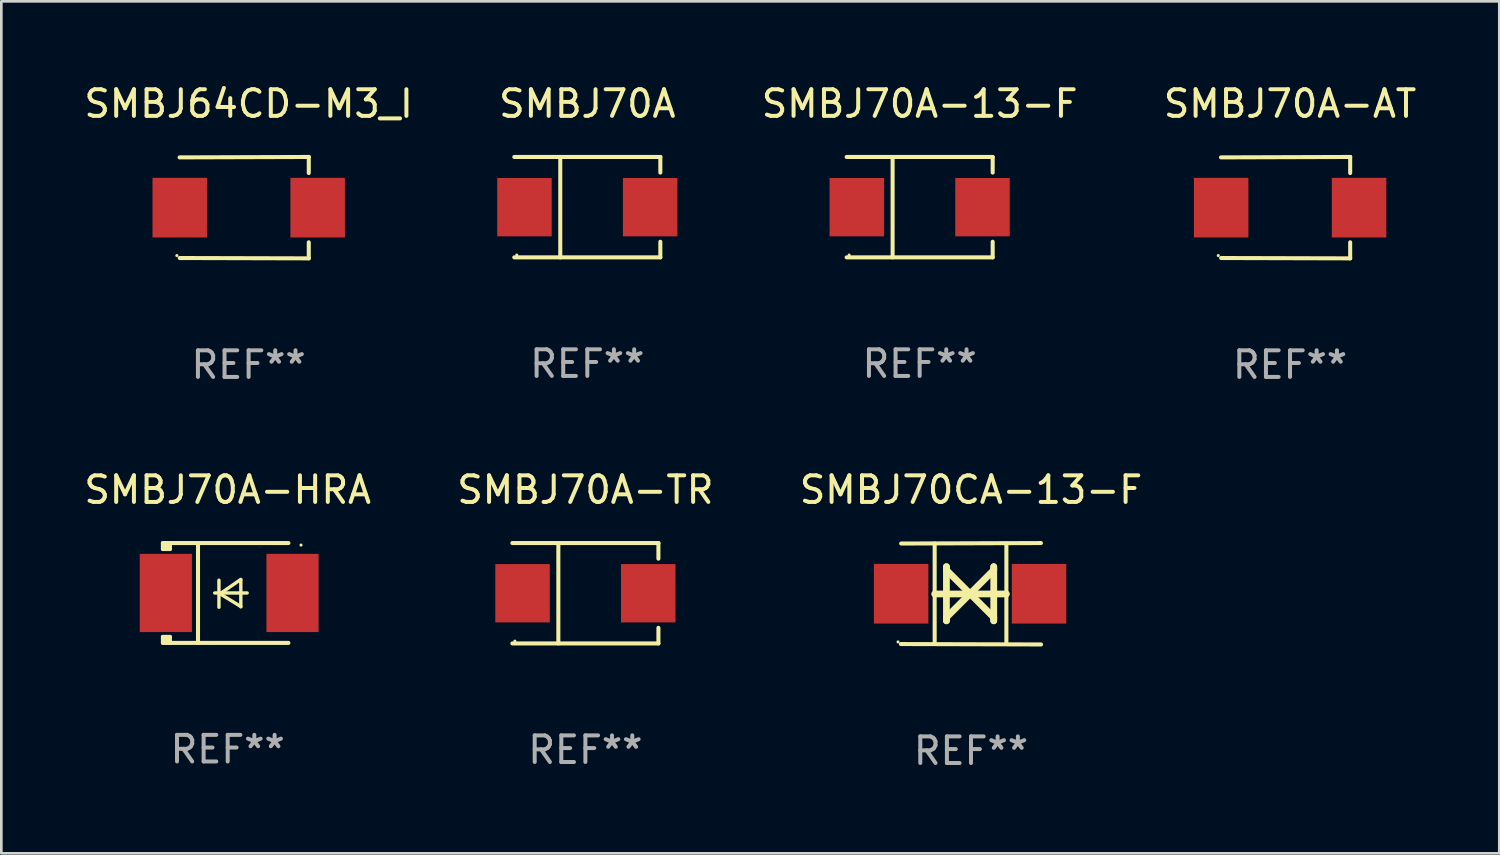
<source format=kicad_pcb>
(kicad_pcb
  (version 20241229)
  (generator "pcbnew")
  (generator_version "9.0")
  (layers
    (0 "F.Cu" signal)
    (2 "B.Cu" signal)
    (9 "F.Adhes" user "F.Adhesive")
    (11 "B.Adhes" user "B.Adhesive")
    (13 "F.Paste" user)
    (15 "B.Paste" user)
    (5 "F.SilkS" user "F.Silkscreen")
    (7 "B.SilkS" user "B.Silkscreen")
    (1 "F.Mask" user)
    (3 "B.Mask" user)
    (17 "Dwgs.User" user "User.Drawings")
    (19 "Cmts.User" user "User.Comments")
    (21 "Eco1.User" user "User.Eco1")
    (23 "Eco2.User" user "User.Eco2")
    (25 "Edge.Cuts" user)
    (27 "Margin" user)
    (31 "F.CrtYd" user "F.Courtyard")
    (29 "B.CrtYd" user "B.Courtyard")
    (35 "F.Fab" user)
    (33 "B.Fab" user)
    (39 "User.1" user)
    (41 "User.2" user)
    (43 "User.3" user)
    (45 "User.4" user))
  (footprint "SMBJ70A"
    (layer "F.Cu")
    (at 19.018 4.734)
    (property "Reference" "SMBJ70A" (at 0 -3.886 0) (layer "F.SilkS") (effects (font (size 1 1) (thickness 0.15))))
    (attr through_hole)
    (fp_line (start -2.744 -1.886) (end 2.744 -1.886) (stroke (width 0.152) (type solid)) (layer "F.SilkS"))
    (fp_line (start -2.744 1.886) (end 2.744 1.886) (stroke (width 0.152) (type solid)) (layer "F.SilkS"))
    (fp_line (start -1.016 -1.886) (end -1.016 1.886) (stroke (width 0.152) (type solid)) (layer "F.SilkS"))
    (fp_line (start 2.744 -1.886) (end 2.744 -1.299) (stroke (width 0.152) (type solid)) (layer "F.SilkS"))
    (fp_line (start 2.744 1.886) (end 2.744 1.299) (stroke (width 0.152) (type solid)) (layer "F.SilkS"))
    (fp_circle (center -2.65 1.8) (end -2.62 1.8) (stroke (width 0.06) (type solid)) (fill no) (layer "F.SilkS"))
    (fp_text user "REF**" (at 0 5.886 0) (layer "F.Fab") (effects (font (size 1 1) (thickness 0.15))))
    (pad "1" smd rect (at -2.361 0) (size 2.047 2.192) (layers "F.Cu" "F.Mask" "F.Paste"))
    (pad "2" smd rect (at 2.361 0) (size 2.047 2.192) (layers "F.Cu" "F.Mask" "F.Paste")))
  (footprint "SMBJ64CD-M3_I"
    (layer "F.Cu")
    (at 6.292 4.753)
    (property "Reference" "SMBJ64CD-M3_I" (at 0 -3.905 0) (layer "F.SilkS") (effects (font (size 1 1) (thickness 0.15))))
    (attr through_hole)
    (fp_line (start 2.256 -1.905) (end -2.594 -1.889) (stroke (width 0.152) (type solid)) (layer "F.SilkS"))
    (fp_line (start 2.256 -1.905) (end 2.26 -1.905) (stroke (width 0.152) (type solid)) (layer "F.SilkS"))
    (fp_line (start 2.26 -1.905) (end 2.26 -1.301) (stroke (width 0.152) (type solid)) (layer "F.SilkS"))
    (fp_line (start 2.26 1.301) (end 2.26 1.905) (stroke (width 0.152) (type solid)) (layer "F.SilkS"))
    (fp_line (start 2.26 1.905) (end -2.59 1.892) (stroke (width 0.152) (type solid)) (layer "F.SilkS"))
    (fp_circle (center -2.697 1.8) (end -2.667 1.8) (stroke (width 0.06) (type solid)) (fill no) (layer "F.SilkS"))
    (fp_text user "REF**" (at 0 5.905 0) (layer "F.Fab") (effects (font (size 1 1) (thickness 0.15))))
    (pad "1" smd rect (at -2.588 0) (size 2.047 2.241) (layers "F.Cu" "F.Mask" "F.Paste"))
    (pad "2" smd rect (at 2.594 0) (size 2.047 2.241) (layers "F.Cu" "F.Mask" "F.Paste")))
  (footprint "SMBJ70A-AT"
    (layer "F.Cu")
    (at 45.423 4.753)
    (property "Reference" "SMBJ70A-AT" (at 0 -3.905 0) (layer "F.SilkS") (effects (font (size 1 1) (thickness 0.15))))
    (attr through_hole)
    (fp_line (start 2.256 -1.905) (end -2.594 -1.889) (stroke (width 0.152) (type solid)) (layer "F.SilkS"))
    (fp_line (start 2.256 -1.905) (end 2.26 -1.905) (stroke (width 0.152) (type solid)) (layer "F.SilkS"))
    (fp_line (start 2.26 -1.905) (end 2.26 -1.301) (stroke (width 0.152) (type solid)) (layer "F.SilkS"))
    (fp_line (start 2.26 1.301) (end 2.26 1.905) (stroke (width 0.152) (type solid)) (layer "F.SilkS"))
    (fp_line (start 2.26 1.905) (end -2.59 1.892) (stroke (width 0.152) (type solid)) (layer "F.SilkS"))
    (fp_circle (center -2.697 1.8) (end -2.667 1.8) (stroke (width 0.06) (type solid)) (fill no) (layer "F.SilkS"))
    (fp_text user "REF**" (at 0 5.905 0) (layer "F.Fab") (effects (font (size 1 1) (thickness 0.15))))
    (pad "1" smd rect (at -2.588 0) (size 2.047 2.241) (layers "F.Cu" "F.Mask" "F.Paste"))
    (pad "2" smd rect (at 2.594 0) (size 2.047 2.241) (layers "F.Cu" "F.Mask" "F.Paste")))
  (footprint "SMBJ70A-TR"
    (layer "F.Cu")
    (at 18.946 19.241)
    (property "Reference" "SMBJ70A-TR" (at 0 -3.886 0) (layer "F.SilkS") (effects (font (size 1 1) (thickness 0.15))))
    (attr through_hole)
    (fp_line (start -2.744 -1.886) (end 2.744 -1.886) (stroke (width 0.152) (type solid)) (layer "F.SilkS"))
    (fp_line (start -2.744 1.886) (end 2.744 1.886) (stroke (width 0.152) (type solid)) (layer "F.SilkS"))
    (fp_line (start -1.016 -1.886) (end -1.016 1.886) (stroke (width 0.152) (type solid)) (layer "F.SilkS"))
    (fp_line (start 2.744 -1.886) (end 2.744 -1.299) (stroke (width 0.152) (type solid)) (layer "F.SilkS"))
    (fp_line (start 2.744 1.886) (end 2.744 1.299) (stroke (width 0.152) (type solid)) (layer "F.SilkS"))
    (fp_circle (center -2.65 1.8) (end -2.62 1.8) (stroke (width 0.06) (type solid)) (fill no) (layer "F.SilkS"))
    (fp_text user "REF**" (at 0 5.886 0) (layer "F.Fab") (effects (font (size 1 1) (thickness 0.15))))
    (pad "1" smd rect (at -2.361 0) (size 2.047 2.192) (layers "F.Cu" "F.Mask" "F.Paste"))
    (pad "2" smd rect (at 2.361 0) (size 2.047 2.192) (layers "F.Cu" "F.Mask" "F.Paste")))
  (footprint "SMBJ70A-13-F"
    (layer "F.Cu")
    (at 31.506 4.734)
    (property "Reference" "SMBJ70A-13-F" (at 0 -3.886 0) (layer "F.SilkS") (effects (font (size 1 1) (thickness 0.15))))
    (attr through_hole)
    (fp_line (start -2.744 -1.886) (end 2.744 -1.886) (stroke (width 0.152) (type solid)) (layer "F.SilkS"))
    (fp_line (start -2.744 1.886) (end 2.744 1.886) (stroke (width 0.152) (type solid)) (layer "F.SilkS"))
    (fp_line (start -1.016 -1.886) (end -1.016 1.886) (stroke (width 0.152) (type solid)) (layer "F.SilkS"))
    (fp_line (start 2.744 -1.886) (end 2.744 -1.299) (stroke (width 0.152) (type solid)) (layer "F.SilkS"))
    (fp_line (start 2.744 1.886) (end 2.744 1.299) (stroke (width 0.152) (type solid)) (layer "F.SilkS"))
    (fp_circle (center -2.65 1.8) (end -2.62 1.8) (stroke (width 0.06) (type solid)) (fill no) (layer "F.SilkS"))
    (fp_text user "REF**" (at 0 5.886 0) (layer "F.Fab") (effects (font (size 1 1) (thickness 0.15))))
    (pad "1" smd rect (at -2.361 0) (size 2.047 2.192) (layers "F.Cu" "F.Mask" "F.Paste"))
    (pad "2" smd rect (at 2.361 0) (size 2.047 2.192) (layers "F.Cu" "F.Mask" "F.Paste")))
  (footprint "SMBJ70A-HRA"
    (layer "F.Cu")
    (at 5.506 19.231)
    (property "Reference" "SMBJ70A-HRA" (at 0 -3.876 0) (layer "F.SilkS") (effects (font (size 1 1) (thickness 0.15))))
    (attr through_hole)
    (fp_line (start -2.435 1.65) (end -2.171 1.65) (stroke (width 0.152) (type solid)) (layer "F.SilkS"))
    (fp_line (start -2.435 1.876) (end -2.435 1.65) (stroke (width 0.152) (type solid)) (layer "F.SilkS"))
    (fp_line (start -2.435 -1.876) (end -2.171 -1.876) (stroke (width 0.152) (type solid)) (layer "F.SilkS"))
    (fp_line (start -2.435 -1.65) (end -2.435 -1.876) (stroke (width 0.152) (type solid)) (layer "F.SilkS"))
    (fp_line (start -2.305 -1.866) (end -2.295 -1.876) (stroke (width 0.152) (type solid)) (layer "F.SilkS"))
    (fp_line (start -2.305 -1.65) (end -2.305 -1.866) (stroke (width 0.152) (type solid)) (layer "F.SilkS"))
    (fp_line (start -2.305 1.876) (end -2.305 1.65) (stroke (width 0.152) (type solid)) (layer "F.SilkS"))
    (fp_line (start -2.295 -1.876) (end -2.295 -1.65) (stroke (width 0.152) (type solid)) (layer "F.SilkS"))
    (fp_line (start -2.171 1.876) (end -2.435 1.876) (stroke (width 0.152) (type solid)) (layer "F.SilkS"))
    (fp_line (start -2.171 -1.65) (end -2.435 -1.65) (stroke (width 0.152) (type solid)) (layer "F.SilkS"))
    (fp_line (start -2.171 -1.876) (end -2.295 -1.876) (stroke (width 0.152) (type solid)) (layer "F.SilkS"))
    (fp_line (start -2.171 -1.65) (end -2.171 -1.876) (stroke (width 0.152) (type solid)) (layer "F.SilkS"))
    (fp_line (start -2.171 1.876) (end -2.305 1.876) (stroke (width 0.152) (type solid)) (layer "F.SilkS"))
    (fp_line (start -2.171 1.876) (end -2.171 1.65) (stroke (width 0.152) (type solid)) (layer "F.SilkS"))
    (fp_line (start -1.116 1.876) (end -1.116 -1.876) (stroke (width 0.152) (type solid)) (layer "F.SilkS"))
    (fp_line (start -0.488 0.000102) (end 0.731 0.000102) (stroke (width 0.127) (type solid)) (layer "F.SilkS"))
    (fp_line (start -0.329 -0.48) (end -0.329 0.536) (stroke (width 0.127) (type solid)) (layer "F.SilkS"))
    (fp_line (start -0.29 0.03) (end 0.493 0.51) (stroke (width 0.127) (type solid)) (layer "F.SilkS"))
    (fp_line (start 0.493 -0.51) (end -0.29 0.03) (stroke (width 0.127) (type solid)) (layer "F.SilkS"))
    (fp_line (start 0.493 0.52) (end 0.493 -0.496) (stroke (width 0.127) (type solid)) (layer "F.SilkS"))
    (fp_line (start 2.281 -1.876) (end -2.171 -1.876) (stroke (width 0.152) (type solid)) (layer "F.SilkS"))
    (fp_line (start 2.281 1.876) (end -2.171 1.876) (stroke (width 0.152) (type solid)) (layer "F.SilkS"))
    (fp_circle (center 2.755 -1.8) (end 2.785 -1.8) (stroke (width 0.06) (type solid)) (fill no) (layer "F.SilkS"))
    (fp_text user "REF**" (at 0 5.876 0) (layer "F.Fab") (effects (font (size 1 1) (thickness 0.15))))
    (pad "1" smd rect (at 2.435 -0.000025 180) (size 1.96 2.94) (layers "F.Cu" "F.Mask" "F.Paste"))
    (pad "2" smd rect (at -2.325 -0.000025 180) (size 1.96 2.94) (layers "F.Cu" "F.Mask" "F.Paste")))
  (footprint "SMBJ70CA-13-F"
    (layer "F.Cu")
    (at 33.435 19.26)
    (property "Reference" "SMBJ70CA-13-F" (at 0 -3.905 0) (layer "F.SilkS") (effects (font (size 1 1) (thickness 0.15))))
    (attr through_hole)
    (fp_line (start -1.365 1.886) (end -1.365 -1.886) (stroke (width 0.152) (type solid)) (layer "F.SilkS"))
    (fp_line (start -1.365 0.008) (end 1.33 0.008) (stroke (width 0.254) (type solid)) (layer "F.SilkS"))
    (fp_line (start -0.923 -1.016) (end -0.923 1.016) (stroke (width 0.254) (type solid)) (layer "F.SilkS"))
    (fp_line (start -0.923 -0.889) (end -0.923 -1.016) (stroke (width 0.254) (type solid)) (layer "F.SilkS"))
    (fp_line (start -0.923 0.889) (end -0.034 0) (stroke (width 0.254) (type solid)) (layer "F.SilkS"))
    (fp_line (start -0.923 1.016) (end -0.923 0.889) (stroke (width 0.254) (type solid)) (layer "F.SilkS"))
    (fp_line (start -0.034 0) (end -0.923 -0.889) (stroke (width 0.254) (type solid)) (layer "F.SilkS"))
    (fp_line (start -0.034 0) (end 0.855 0.889) (stroke (width 0.254) (type solid)) (layer "F.SilkS"))
    (fp_line (start 0.855 -1.016) (end 0.855 -0.889) (stroke (width 0.254) (type solid)) (layer "F.SilkS"))
    (fp_line (start 0.855 -0.889) (end -0.034 0) (stroke (width 0.254) (type solid)) (layer "F.SilkS"))
    (fp_line (start 0.855 0.889) (end 0.855 1.016) (stroke (width 0.254) (type solid)) (layer "F.SilkS"))
    (fp_line (start 0.855 1.016) (end 0.855 -1.016) (stroke (width 0.254) (type solid)) (layer "F.SilkS"))
    (fp_line (start 1.33 1.886) (end 1.33 -1.886) (stroke (width 0.152) (type solid)) (layer "F.SilkS"))
    (fp_line (start 2.629 -1.905) (end -2.625 -1.887) (stroke (width 0.152) (type solid)) (layer "F.SilkS"))
    (fp_line (start 2.633 1.905) (end -2.633 1.89) (stroke (width 0.152) (type solid)) (layer "F.SilkS"))
    (fp_circle (center -2.741 1.81) (end -2.711 1.81) (stroke (width 0.06) (type solid)) (fill no) (layer "F.SilkS"))
    (fp_text user "REF**" (at 0 5.905 0) (layer "F.Fab") (effects (font (size 1 1) (thickness 0.15))))
    (pad "1" smd rect (at -2.625 0) (size 2.047 2.241) (layers "F.Cu" "F.Mask" "F.Paste"))
    (pad "2" smd rect (at 2.557 0) (size 2.047 2.241) (layers "F.Cu" "F.Mask" "F.Paste")))
  (gr_rect
    (start -3 -3)
    (end 53.286 29.013)
    (stroke (width 0.1) (type default))
    (fill no)
    (layer "Edge.Cuts")))
</source>
